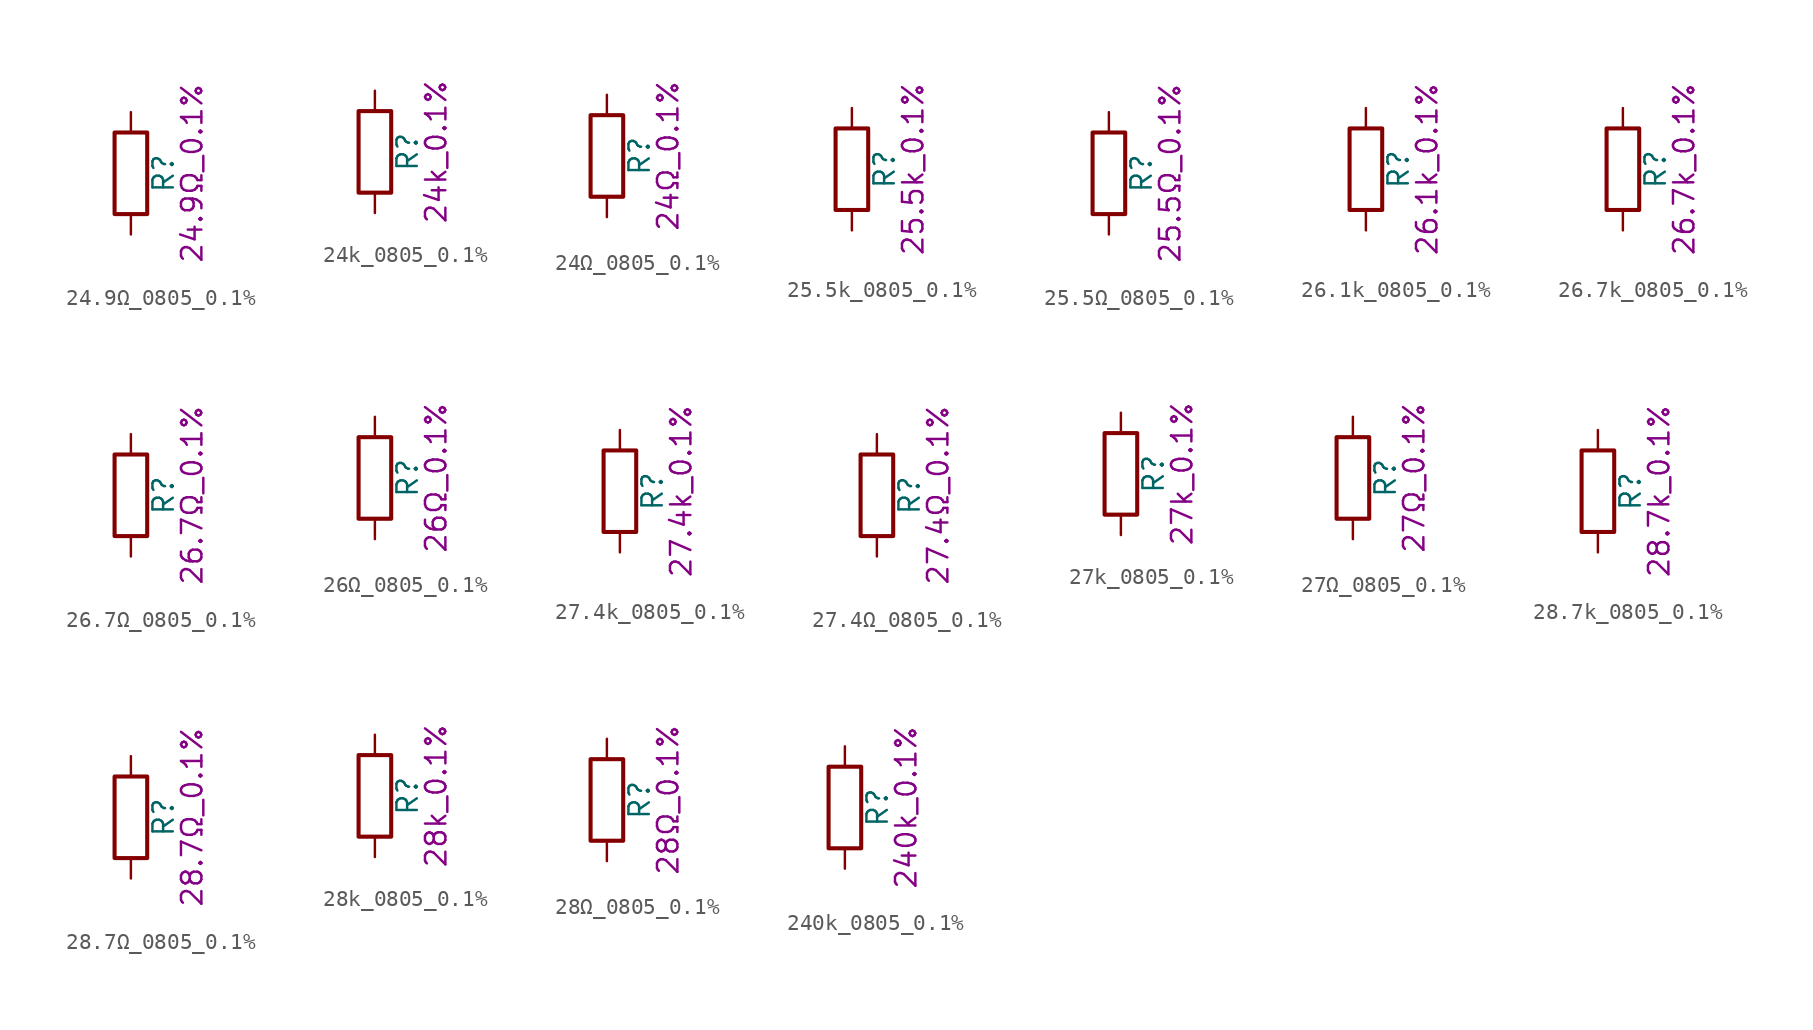
<source format=kicad_sym>
(kicad_symbol_lib
  (version 20211014)
  (generator kicad_symbol_editor)
  (symbol "24.9Ω_0805_0.1%"
    (pin_numbers hide)
    (pin_names
      (offset 0))
    (property "Reference" "R"
      (at 2.032 0 90)
      (effects (font (size 1.27 1.27))))
    (property "Display" "24.9Ω_0.1%"
      (at 3.81 0 90)
      (effects (font (size 1.27 1.27))))
    (symbol "24.9Ω_0805_0.1%_0_1"
      (rectangle (start -1.016 -2.54) (end 1.016 2.54) (stroke (width 0.254) (type default) (color 0 0 0 0)) (fill (type none))))
    (symbol "24.9Ω_0805_0.1%_1_1"
      (pin passive line (at 0 3.81 270) (length 1.27) (name "~" (effects (font (size 1.27 1.27)))) (number "1" (effects (font (size 1.27 1.27)))))
      (pin passive line (at 0 -3.81 90) (length 1.27) (name "~" (effects (font (size 1.27 1.27)))) (number "2" (effects (font (size 1.27 1.27)))))))
  (symbol "24k_0805_0.1%"
    (pin_numbers hide)
    (pin_names
      (offset 0))
    (property "Reference" "R"
      (at 2.032 0 90)
      (effects (font (size 1.27 1.27))))
    (property "Display" "24k_0.1%"
      (at 3.81 0 90)
      (effects (font (size 1.27 1.27))))
    (symbol "24k_0805_0.1%_0_1"
      (rectangle (start -1.016 -2.54) (end 1.016 2.54) (stroke (width 0.254) (type default) (color 0 0 0 0)) (fill (type none))))
    (symbol "24k_0805_0.1%_1_1"
      (pin passive line (at 0 3.81 270) (length 1.27) (name "~" (effects (font (size 1.27 1.27)))) (number "1" (effects (font (size 1.27 1.27)))))
      (pin passive line (at 0 -3.81 90) (length 1.27) (name "~" (effects (font (size 1.27 1.27)))) (number "2" (effects (font (size 1.27 1.27)))))))
  (symbol "24Ω_0805_0.1%"
    (pin_numbers hide)
    (pin_names
      (offset 0))
    (property "Reference" "R"
      (at 2.032 0 90)
      (effects (font (size 1.27 1.27))))
    (property "Display" "24Ω_0.1%"
      (at 3.81 0 90)
      (effects (font (size 1.27 1.27))))
    (symbol "24Ω_0805_0.1%_0_1"
      (rectangle (start -1.016 -2.54) (end 1.016 2.54) (stroke (width 0.254) (type default) (color 0 0 0 0)) (fill (type none))))
    (symbol "24Ω_0805_0.1%_1_1"
      (pin passive line (at 0 3.81 270) (length 1.27) (name "~" (effects (font (size 1.27 1.27)))) (number "1" (effects (font (size 1.27 1.27)))))
      (pin passive line (at 0 -3.81 90) (length 1.27) (name "~" (effects (font (size 1.27 1.27)))) (number "2" (effects (font (size 1.27 1.27)))))))
  (symbol "25.5k_0805_0.1%"
    (pin_numbers hide)
    (pin_names
      (offset 0))
    (property "Reference" "R"
      (at 2.032 0 90)
      (effects (font (size 1.27 1.27))))
    (property "Display" "25.5k_0.1%"
      (at 3.81 0 90)
      (effects (font (size 1.27 1.27))))
    (symbol "25.5k_0805_0.1%_0_1"
      (rectangle (start -1.016 -2.54) (end 1.016 2.54) (stroke (width 0.254) (type default) (color 0 0 0 0)) (fill (type none))))
    (symbol "25.5k_0805_0.1%_1_1"
      (pin passive line (at 0 3.81 270) (length 1.27) (name "~" (effects (font (size 1.27 1.27)))) (number "1" (effects (font (size 1.27 1.27)))))
      (pin passive line (at 0 -3.81 90) (length 1.27) (name "~" (effects (font (size 1.27 1.27)))) (number "2" (effects (font (size 1.27 1.27)))))))
  (symbol "25.5Ω_0805_0.1%"
    (pin_numbers hide)
    (pin_names
      (offset 0))
    (property "Reference" "R"
      (at 2.032 0 90)
      (effects (font (size 1.27 1.27))))
    (property "Display" "25.5Ω_0.1%"
      (at 3.81 0 90)
      (effects (font (size 1.27 1.27))))
    (symbol "25.5Ω_0805_0.1%_0_1"
      (rectangle (start -1.016 -2.54) (end 1.016 2.54) (stroke (width 0.254) (type default) (color 0 0 0 0)) (fill (type none))))
    (symbol "25.5Ω_0805_0.1%_1_1"
      (pin passive line (at 0 3.81 270) (length 1.27) (name "~" (effects (font (size 1.27 1.27)))) (number "1" (effects (font (size 1.27 1.27)))))
      (pin passive line (at 0 -3.81 90) (length 1.27) (name "~" (effects (font (size 1.27 1.27)))) (number "2" (effects (font (size 1.27 1.27)))))))
  (symbol "26.1k_0805_0.1%"
    (pin_numbers hide)
    (pin_names
      (offset 0))
    (property "Reference" "R"
      (at 2.032 0 90)
      (effects (font (size 1.27 1.27))))
    (property "Display" "26.1k_0.1%"
      (at 3.81 0 90)
      (effects (font (size 1.27 1.27))))
    (symbol "26.1k_0805_0.1%_0_1"
      (rectangle (start -1.016 -2.54) (end 1.016 2.54) (stroke (width 0.254) (type default) (color 0 0 0 0)) (fill (type none))))
    (symbol "26.1k_0805_0.1%_1_1"
      (pin passive line (at 0 3.81 270) (length 1.27) (name "~" (effects (font (size 1.27 1.27)))) (number "1" (effects (font (size 1.27 1.27)))))
      (pin passive line (at 0 -3.81 90) (length 1.27) (name "~" (effects (font (size 1.27 1.27)))) (number "2" (effects (font (size 1.27 1.27)))))))
  (symbol "26.7k_0805_0.1%"
    (pin_numbers hide)
    (pin_names
      (offset 0))
    (property "Reference" "R"
      (at 2.032 0 90)
      (effects (font (size 1.27 1.27))))
    (property "Display" "26.7k_0.1%"
      (at 3.81 0 90)
      (effects (font (size 1.27 1.27))))
    (symbol "26.7k_0805_0.1%_0_1"
      (rectangle (start -1.016 -2.54) (end 1.016 2.54) (stroke (width 0.254) (type default) (color 0 0 0 0)) (fill (type none))))
    (symbol "26.7k_0805_0.1%_1_1"
      (pin passive line (at 0 3.81 270) (length 1.27) (name "~" (effects (font (size 1.27 1.27)))) (number "1" (effects (font (size 1.27 1.27)))))
      (pin passive line (at 0 -3.81 90) (length 1.27) (name "~" (effects (font (size 1.27 1.27)))) (number "2" (effects (font (size 1.27 1.27)))))))
  (symbol "26.7Ω_0805_0.1%"
    (pin_numbers hide)
    (pin_names
      (offset 0))
    (property "Reference" "R"
      (at 2.032 0 90)
      (effects (font (size 1.27 1.27))))
    (property "Display" "26.7Ω_0.1%"
      (at 3.81 0 90)
      (effects (font (size 1.27 1.27))))
    (symbol "26.7Ω_0805_0.1%_0_1"
      (rectangle (start -1.016 -2.54) (end 1.016 2.54) (stroke (width 0.254) (type default) (color 0 0 0 0)) (fill (type none))))
    (symbol "26.7Ω_0805_0.1%_1_1"
      (pin passive line (at 0 3.81 270) (length 1.27) (name "~" (effects (font (size 1.27 1.27)))) (number "1" (effects (font (size 1.27 1.27)))))
      (pin passive line (at 0 -3.81 90) (length 1.27) (name "~" (effects (font (size 1.27 1.27)))) (number "2" (effects (font (size 1.27 1.27)))))))
  (symbol "26Ω_0805_0.1%"
    (pin_numbers hide)
    (pin_names
      (offset 0))
    (property "Reference" "R"
      (at 2.032 0 90)
      (effects (font (size 1.27 1.27))))
    (property "Display" "26Ω_0.1%"
      (at 3.81 0 90)
      (effects (font (size 1.27 1.27))))
    (symbol "26Ω_0805_0.1%_0_1"
      (rectangle (start -1.016 -2.54) (end 1.016 2.54) (stroke (width 0.254) (type default) (color 0 0 0 0)) (fill (type none))))
    (symbol "26Ω_0805_0.1%_1_1"
      (pin passive line (at 0 3.81 270) (length 1.27) (name "~" (effects (font (size 1.27 1.27)))) (number "1" (effects (font (size 1.27 1.27)))))
      (pin passive line (at 0 -3.81 90) (length 1.27) (name "~" (effects (font (size 1.27 1.27)))) (number "2" (effects (font (size 1.27 1.27)))))))
  (symbol "27.4k_0805_0.1%"
    (pin_numbers hide)
    (pin_names
      (offset 0))
    (property "Reference" "R"
      (at 2.032 0 90)
      (effects (font (size 1.27 1.27))))
    (property "Display" "27.4k_0.1%"
      (at 3.81 0 90)
      (effects (font (size 1.27 1.27))))
    (symbol "27.4k_0805_0.1%_0_1"
      (rectangle (start -1.016 -2.54) (end 1.016 2.54) (stroke (width 0.254) (type default) (color 0 0 0 0)) (fill (type none))))
    (symbol "27.4k_0805_0.1%_1_1"
      (pin passive line (at 0 3.81 270) (length 1.27) (name "~" (effects (font (size 1.27 1.27)))) (number "1" (effects (font (size 1.27 1.27)))))
      (pin passive line (at 0 -3.81 90) (length 1.27) (name "~" (effects (font (size 1.27 1.27)))) (number "2" (effects (font (size 1.27 1.27)))))))
  (symbol "27.4Ω_0805_0.1%"
    (pin_numbers hide)
    (pin_names
      (offset 0))
    (property "Reference" "R"
      (at 2.032 0 90)
      (effects (font (size 1.27 1.27))))
    (property "Display" "27.4Ω_0.1%"
      (at 3.81 0 90)
      (effects (font (size 1.27 1.27))))
    (symbol "27.4Ω_0805_0.1%_0_1"
      (rectangle (start -1.016 -2.54) (end 1.016 2.54) (stroke (width 0.254) (type default) (color 0 0 0 0)) (fill (type none))))
    (symbol "27.4Ω_0805_0.1%_1_1"
      (pin passive line (at 0 3.81 270) (length 1.27) (name "~" (effects (font (size 1.27 1.27)))) (number "1" (effects (font (size 1.27 1.27)))))
      (pin passive line (at 0 -3.81 90) (length 1.27) (name "~" (effects (font (size 1.27 1.27)))) (number "2" (effects (font (size 1.27 1.27)))))))
  (symbol "27k_0805_0.1%"
    (pin_numbers hide)
    (pin_names
      (offset 0))
    (property "Reference" "R"
      (at 2.032 0 90)
      (effects (font (size 1.27 1.27))))
    (property "Display" "27k_0.1%"
      (at 3.81 0 90)
      (effects (font (size 1.27 1.27))))
    (symbol "27k_0805_0.1%_0_1"
      (rectangle (start -1.016 -2.54) (end 1.016 2.54) (stroke (width 0.254) (type default) (color 0 0 0 0)) (fill (type none))))
    (symbol "27k_0805_0.1%_1_1"
      (pin passive line (at 0 3.81 270) (length 1.27) (name "~" (effects (font (size 1.27 1.27)))) (number "1" (effects (font (size 1.27 1.27)))))
      (pin passive line (at 0 -3.81 90) (length 1.27) (name "~" (effects (font (size 1.27 1.27)))) (number "2" (effects (font (size 1.27 1.27)))))))
  (symbol "27Ω_0805_0.1%"
    (pin_numbers hide)
    (pin_names
      (offset 0))
    (property "Reference" "R"
      (at 2.032 0 90)
      (effects (font (size 1.27 1.27))))
    (property "Display" "27Ω_0.1%"
      (at 3.81 0 90)
      (effects (font (size 1.27 1.27))))
    (symbol "27Ω_0805_0.1%_0_1"
      (rectangle (start -1.016 -2.54) (end 1.016 2.54) (stroke (width 0.254) (type default) (color 0 0 0 0)) (fill (type none))))
    (symbol "27Ω_0805_0.1%_1_1"
      (pin passive line (at 0 3.81 270) (length 1.27) (name "~" (effects (font (size 1.27 1.27)))) (number "1" (effects (font (size 1.27 1.27)))))
      (pin passive line (at 0 -3.81 90) (length 1.27) (name "~" (effects (font (size 1.27 1.27)))) (number "2" (effects (font (size 1.27 1.27)))))))
  (symbol "28.7k_0805_0.1%"
    (pin_numbers hide)
    (pin_names
      (offset 0))
    (property "Reference" "R"
      (at 2.032 0 90)
      (effects (font (size 1.27 1.27))))
    (property "Display" "28.7k_0.1%"
      (at 3.81 0 90)
      (effects (font (size 1.27 1.27))))
    (symbol "28.7k_0805_0.1%_0_1"
      (rectangle (start -1.016 -2.54) (end 1.016 2.54) (stroke (width 0.254) (type default) (color 0 0 0 0)) (fill (type none))))
    (symbol "28.7k_0805_0.1%_1_1"
      (pin passive line (at 0 3.81 270) (length 1.27) (name "~" (effects (font (size 1.27 1.27)))) (number "1" (effects (font (size 1.27 1.27)))))
      (pin passive line (at 0 -3.81 90) (length 1.27) (name "~" (effects (font (size 1.27 1.27)))) (number "2" (effects (font (size 1.27 1.27)))))))
  (symbol "28.7Ω_0805_0.1%"
    (pin_numbers hide)
    (pin_names
      (offset 0))
    (property "Reference" "R"
      (at 2.032 0 90)
      (effects (font (size 1.27 1.27))))
    (property "Display" "28.7Ω_0.1%"
      (at 3.81 0 90)
      (effects (font (size 1.27 1.27))))
    (symbol "28.7Ω_0805_0.1%_0_1"
      (rectangle (start -1.016 -2.54) (end 1.016 2.54) (stroke (width 0.254) (type default) (color 0 0 0 0)) (fill (type none))))
    (symbol "28.7Ω_0805_0.1%_1_1"
      (pin passive line (at 0 3.81 270) (length 1.27) (name "~" (effects (font (size 1.27 1.27)))) (number "1" (effects (font (size 1.27 1.27)))))
      (pin passive line (at 0 -3.81 90) (length 1.27) (name "~" (effects (font (size 1.27 1.27)))) (number "2" (effects (font (size 1.27 1.27)))))))
  (symbol "28k_0805_0.1%"
    (pin_numbers hide)
    (pin_names
      (offset 0))
    (property "Reference" "R"
      (at 2.032 0 90)
      (effects (font (size 1.27 1.27))))
    (property "Display" "28k_0.1%"
      (at 3.81 0 90)
      (effects (font (size 1.27 1.27))))
    (symbol "28k_0805_0.1%_0_1"
      (rectangle (start -1.016 -2.54) (end 1.016 2.54) (stroke (width 0.254) (type default) (color 0 0 0 0)) (fill (type none))))
    (symbol "28k_0805_0.1%_1_1"
      (pin passive line (at 0 3.81 270) (length 1.27) (name "~" (effects (font (size 1.27 1.27)))) (number "1" (effects (font (size 1.27 1.27)))))
      (pin passive line (at 0 -3.81 90) (length 1.27) (name "~" (effects (font (size 1.27 1.27)))) (number "2" (effects (font (size 1.27 1.27)))))))
  (symbol "28Ω_0805_0.1%"
    (pin_numbers hide)
    (pin_names
      (offset 0))
    (property "Reference" "R"
      (at 2.032 0 90)
      (effects (font (size 1.27 1.27))))
    (property "Display" "28Ω_0.1%"
      (at 3.81 0 90)
      (effects (font (size 1.27 1.27))))
    (symbol "28Ω_0805_0.1%_0_1"
      (rectangle (start -1.016 -2.54) (end 1.016 2.54) (stroke (width 0.254) (type default) (color 0 0 0 0)) (fill (type none))))
    (symbol "28Ω_0805_0.1%_1_1"
      (pin passive line (at 0 3.81 270) (length 1.27) (name "~" (effects (font (size 1.27 1.27)))) (number "1" (effects (font (size 1.27 1.27)))))
      (pin passive line (at 0 -3.81 90) (length 1.27) (name "~" (effects (font (size 1.27 1.27)))) (number "2" (effects (font (size 1.27 1.27)))))))
  (symbol "240k_0805_0.1%"
    (pin_numbers hide)
    (pin_names
      (offset 0))
    (property "Reference" "R"
      (at 2.032 0 90)
      (effects (font (size 1.27 1.27))))
    (property "Display" "240k_0.1%"
      (at 3.81 0 90)
      (effects (font (size 1.27 1.27))))
    (symbol "240k_0805_0.1%_0_1"
      (rectangle (start -1.016 -2.54) (end 1.016 2.54) (stroke (width 0.254) (type default) (color 0 0 0 0)) (fill (type none))))
    (symbol "240k_0805_0.1%_1_1"
      (pin passive line (at 0 3.81 270) (length 1.27) (name "~" (effects (font (size 1.27 1.27)))) (number "1" (effects (font (size 1.27 1.27)))))
      (pin passive line (at 0 -3.81 90) (length 1.27) (name "~" (effects (font (size 1.27 1.27)))) (number "2" (effects (font (size 1.27 1.27))))))))
</source>
